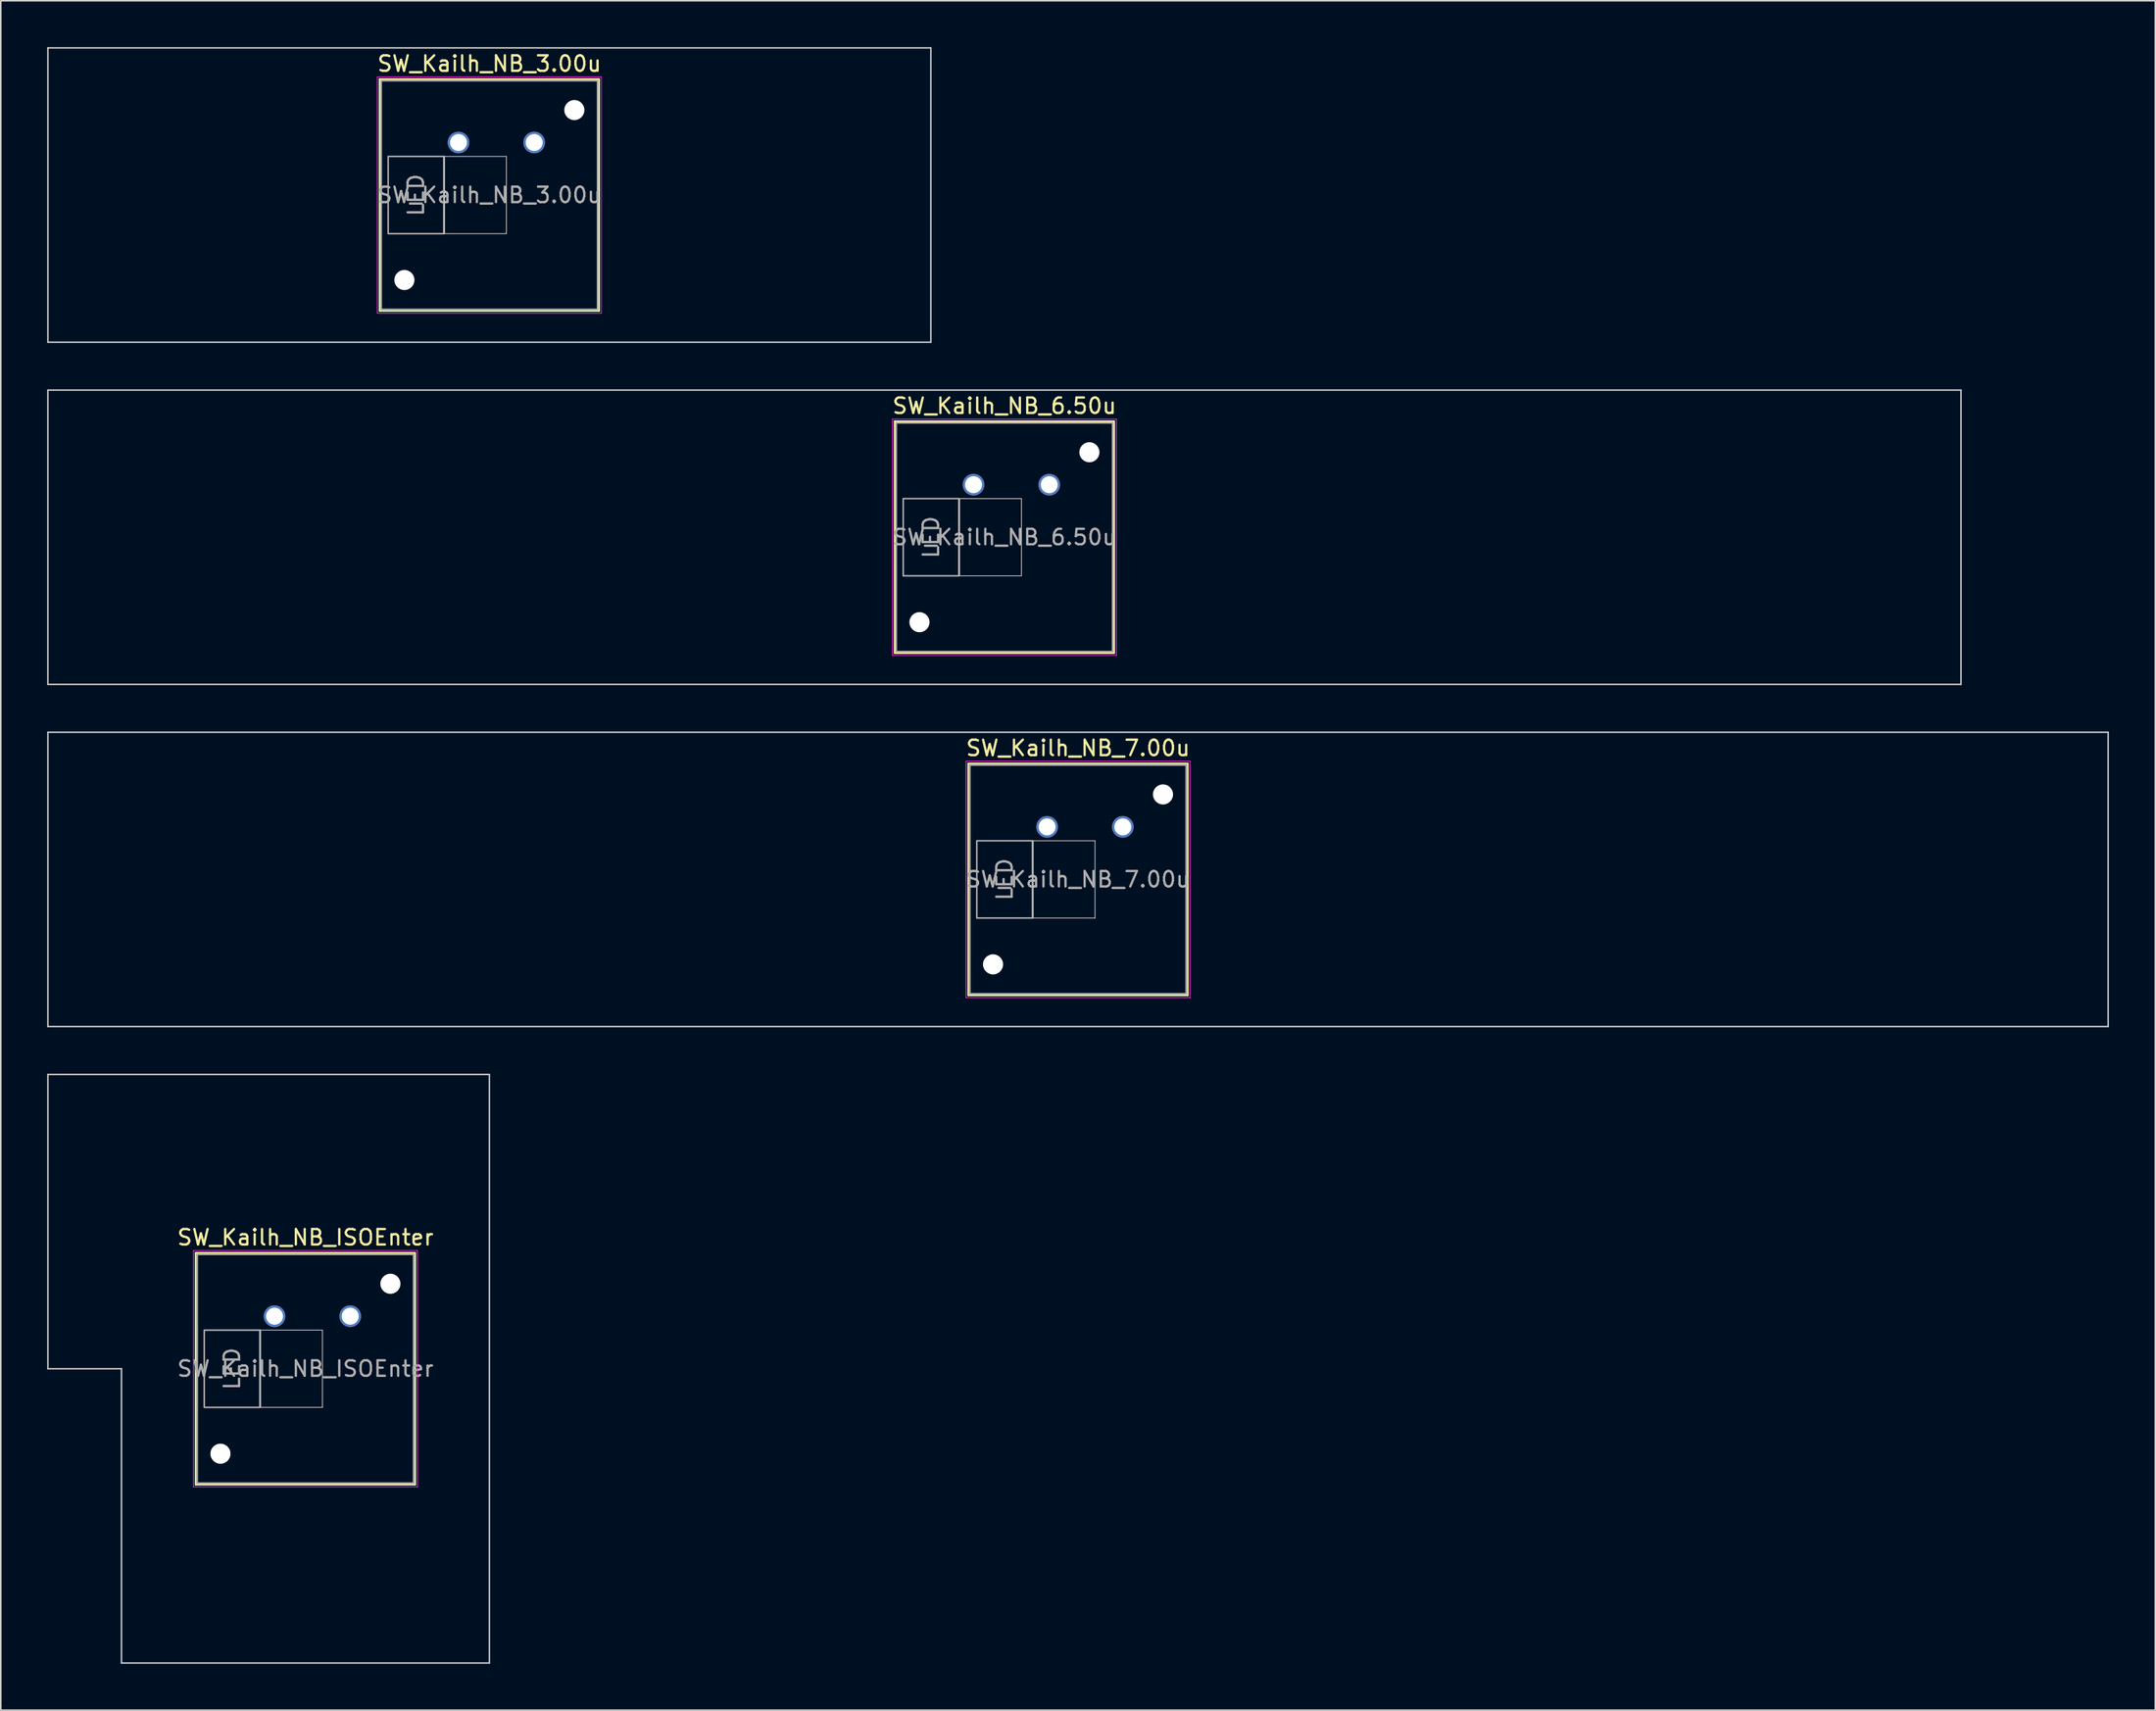
<source format=kicad_pcb>
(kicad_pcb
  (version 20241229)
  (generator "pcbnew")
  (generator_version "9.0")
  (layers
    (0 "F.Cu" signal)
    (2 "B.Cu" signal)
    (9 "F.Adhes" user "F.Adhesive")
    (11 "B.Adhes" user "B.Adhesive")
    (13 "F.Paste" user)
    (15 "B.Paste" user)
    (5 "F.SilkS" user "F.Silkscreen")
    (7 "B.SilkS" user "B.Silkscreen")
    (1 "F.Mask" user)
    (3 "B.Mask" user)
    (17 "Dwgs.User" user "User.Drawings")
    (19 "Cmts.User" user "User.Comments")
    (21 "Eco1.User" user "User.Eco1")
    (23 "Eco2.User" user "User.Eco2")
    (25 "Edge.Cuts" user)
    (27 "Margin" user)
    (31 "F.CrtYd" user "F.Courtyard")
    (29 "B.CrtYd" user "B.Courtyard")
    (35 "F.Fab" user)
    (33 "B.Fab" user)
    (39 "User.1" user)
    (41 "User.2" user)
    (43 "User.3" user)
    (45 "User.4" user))
  (footprint "SW_Kailh_NB_6.50u"
    (layer "F.Cu")
    (at 61.962 31.725)
    (property "Reference" "SW_Kailh_NB_6.50u" (at 0 -8.5 0) (layer "F.SilkS") (effects (font (size 1 1) (thickness 0.15))))
    (attr through_hole)
    (fp_line (start -7.1 -7.5) (end -7.1 7.5) (stroke (width 0.12) (type solid)) (layer "F.SilkS"))
    (fp_line (start -7.1 7.5) (end 7.1 7.5) (stroke (width 0.12) (type solid)) (layer "F.SilkS"))
    (fp_line (start 7.1 -7.5) (end -7.1 -7.5) (stroke (width 0.12) (type solid)) (layer "F.SilkS"))
    (fp_line (start 7.1 7.5) (end 7.1 -7.5) (stroke (width 0.12) (type solid)) (layer "F.SilkS"))
    (fp_line (start -61.913 -9.525) (end -61.913 9.525) (stroke (width 0.1) (type solid)) (layer "Dwgs.User"))
    (fp_line (start -61.913 9.525) (end 61.913 9.525) (stroke (width 0.1) (type solid)) (layer "Dwgs.User"))
    (fp_line (start 61.913 -9.525) (end -61.913 -9.525) (stroke (width 0.1) (type solid)) (layer "Dwgs.User"))
    (fp_line (start 61.913 9.525) (end 61.913 -9.525) (stroke (width 0.1) (type solid)) (layer "Dwgs.User"))
    (fp_line (start -8 -8) (end -8 8) (stroke (width 0.1) (type solid)) (layer "Eco1.User"))
    (fp_line (start -8 8) (end 8 8) (stroke (width 0.1) (type solid)) (layer "Eco1.User"))
    (fp_line (start 8 -8) (end -8 -8) (stroke (width 0.1) (type solid)) (layer "Eco1.User"))
    (fp_line (start 8 8) (end 8 -8) (stroke (width 0.1) (type solid)) (layer "Eco1.User"))
    (fp_line (start -2.9 -2.5) (end 1.1 -2.5) (stroke (width 0.05) (type solid)) (layer "Edge.Cuts"))
    (fp_line (start -2.9 2.5) (end -2.9 -2.5) (stroke (width 0.05) (type solid)) (layer "Edge.Cuts"))
    (fp_line (start 1.1 -2.5) (end 1.1 2.5) (stroke (width 0.05) (type solid)) (layer "Edge.Cuts"))
    (fp_line (start 1.1 2.5) (end -2.9 2.5) (stroke (width 0.05) (type solid)) (layer "Edge.Cuts"))
    (fp_line (start -7.25 -7.65) (end -7.25 7.65) (stroke (width 0.05) (type solid)) (layer "F.CrtYd"))
    (fp_line (start -7.25 7.65) (end 7.25 7.65) (stroke (width 0.05) (type solid)) (layer "F.CrtYd"))
    (fp_line (start 7.25 -7.65) (end -7.25 -7.65) (stroke (width 0.05) (type solid)) (layer "F.CrtYd"))
    (fp_line (start 7.25 7.65) (end 7.25 -7.65) (stroke (width 0.05) (type solid)) (layer "F.CrtYd"))
    (fp_line (start -7 -7.4) (end -7 7.4) (stroke (width 0.1) (type solid)) (layer "F.Fab"))
    (fp_line (start -7 7.4) (end 7 7.4) (stroke (width 0.1) (type solid)) (layer "F.Fab"))
    (fp_line (start 7 -7.4) (end -7 -7.4) (stroke (width 0.1) (type solid)) (layer "F.Fab"))
    (fp_line (start 7 7.4) (end 7 -7.4) (stroke (width 0.1) (type solid)) (layer "F.Fab"))
    (fp_rect (start -2.95 -2.5) (end -6.55 2.5) (stroke (width 0.1) (type default)) (fill no) (layer "F.Fab"))
    (fp_text user "LED" (at -4.75 0 90) (unlocked yes) (layer "F.Fab") (effects (font (size 1 1) (thickness 0.15))))
    (fp_text user "${REFERENCE}" (at 0 0 0) (layer "F.Fab") (effects (font (size 1 1) (thickness 0.15))))
    (pad "" np_thru_hole circle (at -5.5 5.5) (size 1.3 1.3) (drill 1.3) (layers "*.Cu" "*.Mask"))
    (pad "" np_thru_hole circle (at 5.5 -5.5) (size 1.3 1.3) (drill 1.3) (layers "*.Cu" "*.Mask"))
    (pad "1" thru_hole circle (at -2 -3.4) (size 1.4 1.4) (drill 1.1) (layers "*.Cu" "*.Mask"))
    (pad "2" thru_hole circle (at 2.9 -3.4) (size 1.4 1.4) (drill 1.1) (layers "*.Cu" "*.Mask")))
  (footprint "SW_Kailh_NB_ISOEnter"
    (layer "F.Cu")
    (at 16.719 85.55)
    (property "Reference" "SW_Kailh_NB_ISOEnter" (at 0 -8.5 0) (layer "F.SilkS") (effects (font (size 1 1) (thickness 0.15))))
    (attr through_hole)
    (fp_line (start -7.1 -7.5) (end -7.1 7.5) (stroke (width 0.12) (type solid)) (layer "F.SilkS"))
    (fp_line (start -7.1 7.5) (end 7.1 7.5) (stroke (width 0.12) (type solid)) (layer "F.SilkS"))
    (fp_line (start 7.1 -7.5) (end -7.1 -7.5) (stroke (width 0.12) (type solid)) (layer "F.SilkS"))
    (fp_line (start 7.1 7.5) (end 7.1 -7.5) (stroke (width 0.12) (type solid)) (layer "F.SilkS"))
    (fp_line (start -16.669 -19.05) (end -16.669 0) (stroke (width 0.1) (type solid)) (layer "Dwgs.User"))
    (fp_line (start -16.669 0) (end -11.906 0) (stroke (width 0.1) (type solid)) (layer "Dwgs.User"))
    (fp_line (start -11.906 0) (end -11.906 19.05) (stroke (width 0.1) (type solid)) (layer "Dwgs.User"))
    (fp_line (start -11.906 19.05) (end 11.906 19.05) (stroke (width 0.1) (type solid)) (layer "Dwgs.User"))
    (fp_line (start 11.906 -19.05) (end -16.669 -19.05) (stroke (width 0.1) (type solid)) (layer "Dwgs.User"))
    (fp_line (start 11.906 19.05) (end 11.906 -19.05) (stroke (width 0.1) (type solid)) (layer "Dwgs.User"))
    (fp_line (start -8 -8) (end -8 8) (stroke (width 0.1) (type solid)) (layer "Eco1.User"))
    (fp_line (start -8 8) (end 8 8) (stroke (width 0.1) (type solid)) (layer "Eco1.User"))
    (fp_line (start 8 -8) (end -8 -8) (stroke (width 0.1) (type solid)) (layer "Eco1.User"))
    (fp_line (start 8 8) (end 8 -8) (stroke (width 0.1) (type solid)) (layer "Eco1.User"))
    (fp_line (start -2.9 -2.5) (end 1.1 -2.5) (stroke (width 0.05) (type solid)) (layer "Edge.Cuts"))
    (fp_line (start -2.9 2.5) (end -2.9 -2.5) (stroke (width 0.05) (type solid)) (layer "Edge.Cuts"))
    (fp_line (start 1.1 -2.5) (end 1.1 2.5) (stroke (width 0.05) (type solid)) (layer "Edge.Cuts"))
    (fp_line (start 1.1 2.5) (end -2.9 2.5) (stroke (width 0.05) (type solid)) (layer "Edge.Cuts"))
    (fp_line (start -7.25 -7.65) (end -7.25 7.65) (stroke (width 0.05) (type solid)) (layer "F.CrtYd"))
    (fp_line (start -7.25 7.65) (end 7.25 7.65) (stroke (width 0.05) (type solid)) (layer "F.CrtYd"))
    (fp_line (start 7.25 -7.65) (end -7.25 -7.65) (stroke (width 0.05) (type solid)) (layer "F.CrtYd"))
    (fp_line (start 7.25 7.65) (end 7.25 -7.65) (stroke (width 0.05) (type solid)) (layer "F.CrtYd"))
    (fp_line (start -7 -7.4) (end -7 7.4) (stroke (width 0.1) (type solid)) (layer "F.Fab"))
    (fp_line (start -7 7.4) (end 7 7.4) (stroke (width 0.1) (type solid)) (layer "F.Fab"))
    (fp_line (start 7 -7.4) (end -7 -7.4) (stroke (width 0.1) (type solid)) (layer "F.Fab"))
    (fp_line (start 7 7.4) (end 7 -7.4) (stroke (width 0.1) (type solid)) (layer "F.Fab"))
    (fp_rect (start -2.95 -2.5) (end -6.55 2.5) (stroke (width 0.1) (type default)) (fill no) (layer "F.Fab"))
    (fp_text user "LED" (at -4.75 0 90) (unlocked yes) (layer "F.Fab") (effects (font (size 1 1) (thickness 0.15))))
    (fp_text user "${REFERENCE}" (at 0 0 0) (layer "F.Fab") (effects (font (size 1 1) (thickness 0.15))))
    (pad "" np_thru_hole circle (at -5.5 5.5) (size 1.3 1.3) (drill 1.3) (layers "*.Cu" "*.Mask"))
    (pad "" np_thru_hole circle (at 5.5 -5.5) (size 1.3 1.3) (drill 1.3) (layers "*.Cu" "*.Mask"))
    (pad "1" thru_hole circle (at -2 -3.4) (size 1.4 1.4) (drill 1.1) (layers "*.Cu" "*.Mask"))
    (pad "2" thru_hole circle (at 2.9 -3.4) (size 1.4 1.4) (drill 1.1) (layers "*.Cu" "*.Mask")))
  (footprint "SW_Kailh_NB_7.00u"
    (layer "F.Cu")
    (at 66.725 53.875)
    (property "Reference" "SW_Kailh_NB_7.00u" (at 0 -8.5 0) (layer "F.SilkS") (effects (font (size 1 1) (thickness 0.15))))
    (attr through_hole)
    (fp_line (start -7.1 -7.5) (end -7.1 7.5) (stroke (width 0.12) (type solid)) (layer "F.SilkS"))
    (fp_line (start -7.1 7.5) (end 7.1 7.5) (stroke (width 0.12) (type solid)) (layer "F.SilkS"))
    (fp_line (start 7.1 -7.5) (end -7.1 -7.5) (stroke (width 0.12) (type solid)) (layer "F.SilkS"))
    (fp_line (start 7.1 7.5) (end 7.1 -7.5) (stroke (width 0.12) (type solid)) (layer "F.SilkS"))
    (fp_line (start -66.675 -9.525) (end -66.675 9.525) (stroke (width 0.1) (type solid)) (layer "Dwgs.User"))
    (fp_line (start -66.675 9.525) (end 66.675 9.525) (stroke (width 0.1) (type solid)) (layer "Dwgs.User"))
    (fp_line (start 66.675 -9.525) (end -66.675 -9.525) (stroke (width 0.1) (type solid)) (layer "Dwgs.User"))
    (fp_line (start 66.675 9.525) (end 66.675 -9.525) (stroke (width 0.1) (type solid)) (layer "Dwgs.User"))
    (fp_line (start -8 -8) (end -8 8) (stroke (width 0.1) (type solid)) (layer "Eco1.User"))
    (fp_line (start -8 8) (end 8 8) (stroke (width 0.1) (type solid)) (layer "Eco1.User"))
    (fp_line (start 8 -8) (end -8 -8) (stroke (width 0.1) (type solid)) (layer "Eco1.User"))
    (fp_line (start 8 8) (end 8 -8) (stroke (width 0.1) (type solid)) (layer "Eco1.User"))
    (fp_line (start -2.9 -2.5) (end 1.1 -2.5) (stroke (width 0.05) (type solid)) (layer "Edge.Cuts"))
    (fp_line (start -2.9 2.5) (end -2.9 -2.5) (stroke (width 0.05) (type solid)) (layer "Edge.Cuts"))
    (fp_line (start 1.1 -2.5) (end 1.1 2.5) (stroke (width 0.05) (type solid)) (layer "Edge.Cuts"))
    (fp_line (start 1.1 2.5) (end -2.9 2.5) (stroke (width 0.05) (type solid)) (layer "Edge.Cuts"))
    (fp_line (start -7.25 -7.65) (end -7.25 7.65) (stroke (width 0.05) (type solid)) (layer "F.CrtYd"))
    (fp_line (start -7.25 7.65) (end 7.25 7.65) (stroke (width 0.05) (type solid)) (layer "F.CrtYd"))
    (fp_line (start 7.25 -7.65) (end -7.25 -7.65) (stroke (width 0.05) (type solid)) (layer "F.CrtYd"))
    (fp_line (start 7.25 7.65) (end 7.25 -7.65) (stroke (width 0.05) (type solid)) (layer "F.CrtYd"))
    (fp_line (start -7 -7.4) (end -7 7.4) (stroke (width 0.1) (type solid)) (layer "F.Fab"))
    (fp_line (start -7 7.4) (end 7 7.4) (stroke (width 0.1) (type solid)) (layer "F.Fab"))
    (fp_line (start 7 -7.4) (end -7 -7.4) (stroke (width 0.1) (type solid)) (layer "F.Fab"))
    (fp_line (start 7 7.4) (end 7 -7.4) (stroke (width 0.1) (type solid)) (layer "F.Fab"))
    (fp_rect (start -2.95 -2.5) (end -6.55 2.5) (stroke (width 0.1) (type default)) (fill no) (layer "F.Fab"))
    (fp_text user "${REFERENCE}" (at 0 0 0) (layer "F.Fab") (effects (font (size 1 1) (thickness 0.15))))
    (fp_text user "LED" (at -4.75 0 90) (unlocked yes) (layer "F.Fab") (effects (font (size 1 1) (thickness 0.15))))
    (pad "" np_thru_hole circle (at -5.5 5.5) (size 1.3 1.3) (drill 1.3) (layers "*.Cu" "*.Mask"))
    (pad "" np_thru_hole circle (at 5.5 -5.5) (size 1.3 1.3) (drill 1.3) (layers "*.Cu" "*.Mask"))
    (pad "1" thru_hole circle (at -2 -3.4) (size 1.4 1.4) (drill 1.1) (layers "*.Cu" "*.Mask"))
    (pad "2" thru_hole circle (at 2.9 -3.4) (size 1.4 1.4) (drill 1.1) (layers "*.Cu" "*.Mask")))
  (footprint "SW_Kailh_NB_3.00u"
    (layer "F.Cu")
    (at 28.625 9.575)
    (property "Reference" "SW_Kailh_NB_3.00u" (at 0 -8.5 0) (layer "F.SilkS") (effects (font (size 1 1) (thickness 0.15))))
    (attr through_hole)
    (fp_line (start -7.1 -7.5) (end -7.1 7.5) (stroke (width 0.12) (type solid)) (layer "F.SilkS"))
    (fp_line (start -7.1 7.5) (end 7.1 7.5) (stroke (width 0.12) (type solid)) (layer "F.SilkS"))
    (fp_line (start 7.1 -7.5) (end -7.1 -7.5) (stroke (width 0.12) (type solid)) (layer "F.SilkS"))
    (fp_line (start 7.1 7.5) (end 7.1 -7.5) (stroke (width 0.12) (type solid)) (layer "F.SilkS"))
    (fp_line (start -28.575 -9.525) (end -28.575 9.525) (stroke (width 0.1) (type solid)) (layer "Dwgs.User"))
    (fp_line (start -28.575 9.525) (end 28.575 9.525) (stroke (width 0.1) (type solid)) (layer "Dwgs.User"))
    (fp_line (start 28.575 -9.525) (end -28.575 -9.525) (stroke (width 0.1) (type solid)) (layer "Dwgs.User"))
    (fp_line (start 28.575 9.525) (end 28.575 -9.525) (stroke (width 0.1) (type solid)) (layer "Dwgs.User"))
    (fp_line (start -8 -8) (end -8 8) (stroke (width 0.1) (type solid)) (layer "Eco1.User"))
    (fp_line (start -8 8) (end 8 8) (stroke (width 0.1) (type solid)) (layer "Eco1.User"))
    (fp_line (start 8 -8) (end -8 -8) (stroke (width 0.1) (type solid)) (layer "Eco1.User"))
    (fp_line (start 8 8) (end 8 -8) (stroke (width 0.1) (type solid)) (layer "Eco1.User"))
    (fp_line (start -2.9 -2.5) (end 1.1 -2.5) (stroke (width 0.05) (type solid)) (layer "Edge.Cuts"))
    (fp_line (start -2.9 2.5) (end -2.9 -2.5) (stroke (width 0.05) (type solid)) (layer "Edge.Cuts"))
    (fp_line (start 1.1 -2.5) (end 1.1 2.5) (stroke (width 0.05) (type solid)) (layer "Edge.Cuts"))
    (fp_line (start 1.1 2.5) (end -2.9 2.5) (stroke (width 0.05) (type solid)) (layer "Edge.Cuts"))
    (fp_line (start -7.25 -7.65) (end -7.25 7.65) (stroke (width 0.05) (type solid)) (layer "F.CrtYd"))
    (fp_line (start -7.25 7.65) (end 7.25 7.65) (stroke (width 0.05) (type solid)) (layer "F.CrtYd"))
    (fp_line (start 7.25 -7.65) (end -7.25 -7.65) (stroke (width 0.05) (type solid)) (layer "F.CrtYd"))
    (fp_line (start 7.25 7.65) (end 7.25 -7.65) (stroke (width 0.05) (type solid)) (layer "F.CrtYd"))
    (fp_line (start -7 -7.4) (end -7 7.4) (stroke (width 0.1) (type solid)) (layer "F.Fab"))
    (fp_line (start -7 7.4) (end 7 7.4) (stroke (width 0.1) (type solid)) (layer "F.Fab"))
    (fp_line (start 7 -7.4) (end -7 -7.4) (stroke (width 0.1) (type solid)) (layer "F.Fab"))
    (fp_line (start 7 7.4) (end 7 -7.4) (stroke (width 0.1) (type solid)) (layer "F.Fab"))
    (fp_rect (start -2.95 -2.5) (end -6.55 2.5) (stroke (width 0.1) (type default)) (fill no) (layer "F.Fab"))
    (fp_text user "LED" (at -4.75 0 90) (unlocked yes) (layer "F.Fab") (effects (font (size 1 1) (thickness 0.15))))
    (fp_text user "${REFERENCE}" (at 0 0 0) (layer "F.Fab") (effects (font (size 1 1) (thickness 0.15))))
    (pad "" np_thru_hole circle (at -5.5 5.5) (size 1.3 1.3) (drill 1.3) (layers "*.Cu" "*.Mask"))
    (pad "" np_thru_hole circle (at 5.5 -5.5) (size 1.3 1.3) (drill 1.3) (layers "*.Cu" "*.Mask"))
    (pad "1" thru_hole circle (at -2 -3.4) (size 1.4 1.4) (drill 1.1) (layers "*.Cu" "*.Mask"))
    (pad "2" thru_hole circle (at 2.9 -3.4) (size 1.4 1.4) (drill 1.1) (layers "*.Cu" "*.Mask")))
  (gr_rect
    (start -3 -3)
    (end 136.45 107.65)
    (stroke (width 0.1) (type default))
    (fill no)
    (layer "Edge.Cuts")))
</source>
